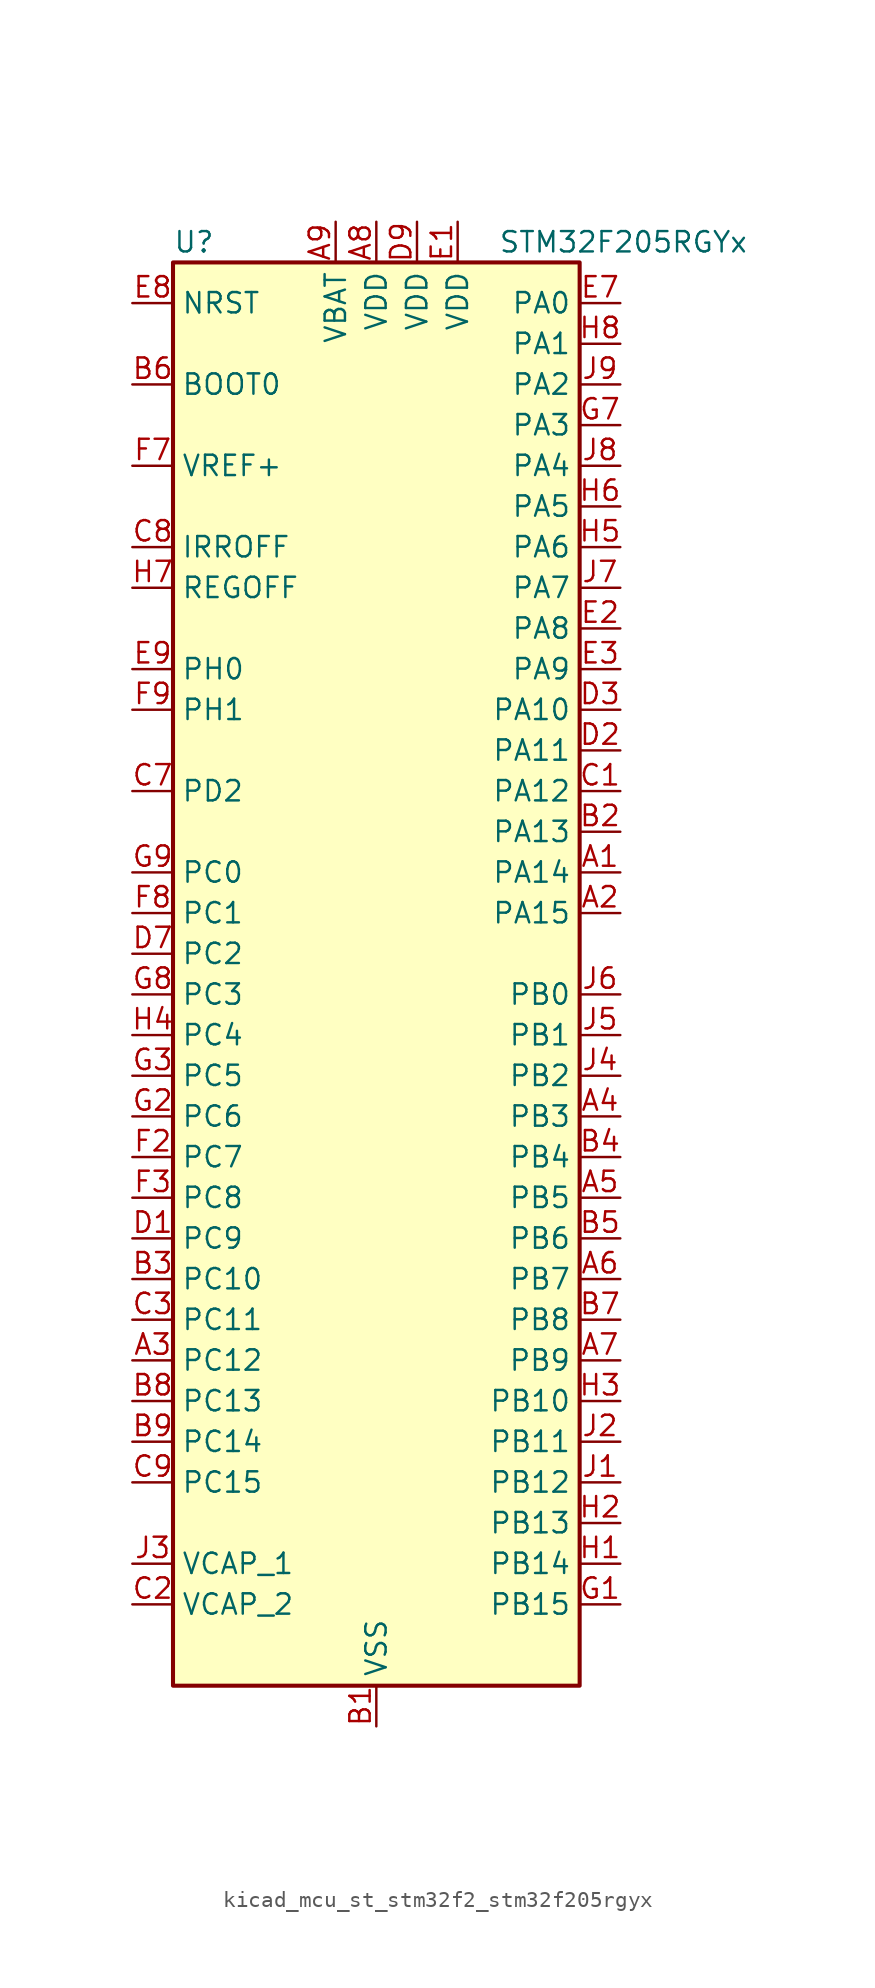
<source format=kicad_sym>
(kicad_symbol_lib
  (version 20220914)
  (generator kicad_symbol_editor)
  (symbol "kicad_mcu_st_stm32f2_stm32f205rgyx"
    (property "Reference" "U"
      (at -12.7 46.99 0)
      (effects (font (size 1.27 1.27)) (justify left)))
    (property "Value" "STM32F205RGYx"
      (at 7.62 46.99 0)
      (effects (font (size 1.27 1.27)) (justify left)))
    (property "ki_locked" ""
      (at 0 0 0)
      (effects (font (size 1.27 1.27))))
    (symbol "kicad_mcu_st_stm32f2_stm32f205rgyx_0_1"
      (rectangle (start -12.7 -43.18) (end 12.7 45.72) (stroke (width 0.254) (type default)) (fill (type background))))
    (symbol "kicad_mcu_st_stm32f2_stm32f205rgyx_1_1"
      (pin bidirectional line (at 15.24 7.62 180) (length 2.54) (name "PA14" (effects (font (size 1.27 1.27)))) (number "A1" (effects (font (size 1.27 1.27)))) (alternate "SYS_JTCK-SWCLK" bidirectional line))
      (pin bidirectional line (at 15.24 5.08 180) (length 2.54) (name "PA15" (effects (font (size 1.27 1.27)))) (number "A2" (effects (font (size 1.27 1.27)))) (alternate "ADC1_EXTI15" bidirectional line) (alternate "ADC2_EXTI15" bidirectional line) (alternate "ADC3_EXTI15" bidirectional line) (alternate "I2S3_WS" bidirectional line) (alternate "SPI1_NSS" bidirectional line) (alternate "SPI3_NSS" bidirectional line) (alternate "SYS_JTDI" bidirectional line) (alternate "TIM2_CH1" bidirectional line) (alternate "TIM2_ETR" bidirectional line))
      (pin bidirectional line (at -15.24 -22.86 0) (length 2.54) (name "PC12" (effects (font (size 1.27 1.27)))) (number "A3" (effects (font (size 1.27 1.27)))) (alternate "I2S3_SD" bidirectional line) (alternate "SDIO_CK" bidirectional line) (alternate "SPI3_MOSI" bidirectional line) (alternate "UART5_TX" bidirectional line) (alternate "USART3_CK" bidirectional line))
      (pin bidirectional line (at 15.24 -7.62 180) (length 2.54) (name "PB3" (effects (font (size 1.27 1.27)))) (number "A4" (effects (font (size 1.27 1.27)))) (alternate "I2S3_SCK" bidirectional line) (alternate "SPI1_SCK" bidirectional line) (alternate "SPI3_SCK" bidirectional line) (alternate "SYS_JTDO-SWO" bidirectional line) (alternate "TIM2_CH2" bidirectional line))
      (pin bidirectional line (at 15.24 -12.7 180) (length 2.54) (name "PB5" (effects (font (size 1.27 1.27)))) (number "A5" (effects (font (size 1.27 1.27)))) (alternate "CAN2_RX" bidirectional line) (alternate "I2C1_SMBA" bidirectional line) (alternate "I2S3_SD" bidirectional line) (alternate "SPI1_MOSI" bidirectional line) (alternate "SPI3_MOSI" bidirectional line) (alternate "TIM3_CH2" bidirectional line) (alternate "USB_OTG_HS_ULPI_D7" bidirectional line))
      (pin bidirectional line (at 15.24 -17.78 180) (length 2.54) (name "PB7" (effects (font (size 1.27 1.27)))) (number "A6" (effects (font (size 1.27 1.27)))) (alternate "I2C1_SDA" bidirectional line) (alternate "TIM4_CH2" bidirectional line) (alternate "USART1_RX" bidirectional line))
      (pin bidirectional line (at 15.24 -22.86 180) (length 2.54) (name "PB9" (effects (font (size 1.27 1.27)))) (number "A7" (effects (font (size 1.27 1.27)))) (alternate "CAN1_TX" bidirectional line) (alternate "DAC_EXTI9" bidirectional line) (alternate "I2C1_SDA" bidirectional line) (alternate "I2S2_WS" bidirectional line) (alternate "SDIO_D5" bidirectional line) (alternate "SPI2_NSS" bidirectional line) (alternate "TIM11_CH1" bidirectional line) (alternate "TIM4_CH4" bidirectional line))
      (pin power_in line (at 0 48.26 270) (length 2.54) (name "VDD" (effects (font (size 1.27 1.27)))) (number "A8" (effects (font (size 1.27 1.27)))))
      (pin power_in line (at -2.54 48.26 270) (length 2.54) (name "VBAT" (effects (font (size 1.27 1.27)))) (number "A9" (effects (font (size 1.27 1.27)))))
      (pin power_in line (at 0 -45.72 90) (length 2.54) (name "VSS" (effects (font (size 1.27 1.27)))) (number "B1" (effects (font (size 1.27 1.27)))))
      (pin bidirectional line (at 15.24 10.16 180) (length 2.54) (name "PA13" (effects (font (size 1.27 1.27)))) (number "B2" (effects (font (size 1.27 1.27)))) (alternate "SYS_JTMS-SWDIO" bidirectional line))
      (pin bidirectional line (at -15.24 -17.78 0) (length 2.54) (name "PC10" (effects (font (size 1.27 1.27)))) (number "B3" (effects (font (size 1.27 1.27)))) (alternate "I2S3_SCK" bidirectional line) (alternate "SDIO_D2" bidirectional line) (alternate "SPI3_SCK" bidirectional line) (alternate "UART4_TX" bidirectional line) (alternate "USART3_TX" bidirectional line))
      (pin bidirectional line (at 15.24 -10.16 180) (length 2.54) (name "PB4" (effects (font (size 1.27 1.27)))) (number "B4" (effects (font (size 1.27 1.27)))) (alternate "SPI1_MISO" bidirectional line) (alternate "SPI3_MISO" bidirectional line) (alternate "SYS_JTRST" bidirectional line) (alternate "TIM3_CH1" bidirectional line))
      (pin bidirectional line (at 15.24 -15.24 180) (length 2.54) (name "PB6" (effects (font (size 1.27 1.27)))) (number "B5" (effects (font (size 1.27 1.27)))) (alternate "CAN2_TX" bidirectional line) (alternate "I2C1_SCL" bidirectional line) (alternate "TIM4_CH1" bidirectional line) (alternate "USART1_TX" bidirectional line))
      (pin input line (at -15.24 38.1 0) (length 2.54) (name "BOOT0" (effects (font (size 1.27 1.27)))) (number "B6" (effects (font (size 1.27 1.27)))))
      (pin bidirectional line (at 15.24 -20.32 180) (length 2.54) (name "PB8" (effects (font (size 1.27 1.27)))) (number "B7" (effects (font (size 1.27 1.27)))) (alternate "CAN1_RX" bidirectional line) (alternate "I2C1_SCL" bidirectional line) (alternate "SDIO_D4" bidirectional line) (alternate "TIM10_CH1" bidirectional line) (alternate "TIM4_CH3" bidirectional line))
      (pin bidirectional line (at -15.24 -25.4 0) (length 2.54) (name "PC13" (effects (font (size 1.27 1.27)))) (number "B8" (effects (font (size 1.27 1.27)))) (alternate "RTC_AF1" bidirectional line))
      (pin bidirectional line (at -15.24 -27.94 0) (length 2.54) (name "PC14" (effects (font (size 1.27 1.27)))) (number "B9" (effects (font (size 1.27 1.27)))) (alternate "RCC_OSC32_IN" bidirectional line))
      (pin bidirectional line (at 15.24 12.7 180) (length 2.54) (name "PA12" (effects (font (size 1.27 1.27)))) (number "C1" (effects (font (size 1.27 1.27)))) (alternate "CAN1_TX" bidirectional line) (alternate "TIM1_ETR" bidirectional line) (alternate "USART1_RTS" bidirectional line) (alternate "USB_OTG_FS_DP" bidirectional line))
      (pin power_out line (at -15.24 -38.1 0) (length 2.54) (name "VCAP_2" (effects (font (size 1.27 1.27)))) (number "C2" (effects (font (size 1.27 1.27)))))
      (pin bidirectional line (at -15.24 -20.32 0) (length 2.54) (name "PC11" (effects (font (size 1.27 1.27)))) (number "C3" (effects (font (size 1.27 1.27)))) (alternate "ADC1_EXTI11" bidirectional line) (alternate "ADC2_EXTI11" bidirectional line) (alternate "ADC3_EXTI11" bidirectional line) (alternate "SDIO_D3" bidirectional line) (alternate "SPI3_MISO" bidirectional line) (alternate "UART4_RX" bidirectional line) (alternate "USART3_RX" bidirectional line))
      (pin bidirectional line (at -15.24 12.7 0) (length 2.54) (name "PD2" (effects (font (size 1.27 1.27)))) (number "C7" (effects (font (size 1.27 1.27)))) (alternate "SDIO_CMD" bidirectional line) (alternate "TIM3_ETR" bidirectional line) (alternate "UART5_RX" bidirectional line))
      (pin input line (at -15.24 27.94 0) (length 2.54) (name "IRROFF" (effects (font (size 1.27 1.27)))) (number "C8" (effects (font (size 1.27 1.27)))))
      (pin bidirectional line (at -15.24 -30.48 0) (length 2.54) (name "PC15" (effects (font (size 1.27 1.27)))) (number "C9" (effects (font (size 1.27 1.27)))) (alternate "ADC1_EXTI15" bidirectional line) (alternate "ADC2_EXTI15" bidirectional line) (alternate "ADC3_EXTI15" bidirectional line) (alternate "RCC_OSC32_OUT" bidirectional line))
      (pin bidirectional line (at -15.24 -15.24 0) (length 2.54) (name "PC9" (effects (font (size 1.27 1.27)))) (number "D1" (effects (font (size 1.27 1.27)))) (alternate "DAC_EXTI9" bidirectional line) (alternate "I2C3_SDA" bidirectional line) (alternate "I2S_CKIN" bidirectional line) (alternate "RCC_MCO_2" bidirectional line) (alternate "SDIO_D1" bidirectional line) (alternate "TIM3_CH4" bidirectional line) (alternate "TIM8_CH4" bidirectional line))
      (pin bidirectional line (at 15.24 15.24 180) (length 2.54) (name "PA11" (effects (font (size 1.27 1.27)))) (number "D2" (effects (font (size 1.27 1.27)))) (alternate "ADC1_EXTI11" bidirectional line) (alternate "ADC2_EXTI11" bidirectional line) (alternate "ADC3_EXTI11" bidirectional line) (alternate "CAN1_RX" bidirectional line) (alternate "TIM1_CH4" bidirectional line) (alternate "USART1_CTS" bidirectional line) (alternate "USB_OTG_FS_DM" bidirectional line))
      (pin bidirectional line (at 15.24 17.78 180) (length 2.54) (name "PA10" (effects (font (size 1.27 1.27)))) (number "D3" (effects (font (size 1.27 1.27)))) (alternate "TIM1_CH3" bidirectional line) (alternate "USART1_RX" bidirectional line) (alternate "USB_OTG_FS_ID" bidirectional line))
      (pin bidirectional line (at -15.24 2.54 0) (length 2.54) (name "PC2" (effects (font (size 1.27 1.27)))) (number "D7" (effects (font (size 1.27 1.27)))) (alternate "ADC1_IN12" bidirectional line) (alternate "ADC2_IN12" bidirectional line) (alternate "ADC3_IN12" bidirectional line) (alternate "SPI2_MISO" bidirectional line) (alternate "USB_OTG_HS_ULPI_DIR" bidirectional line))
      (pin passive line (at 0 -45.72 90) (length 2.54) hide (name "VSS" (effects (font (size 1.27 1.27)))) (number "D8" (effects (font (size 1.27 1.27)))))
      (pin power_in line (at 2.54 48.26 270) (length 2.54) (name "VDD" (effects (font (size 1.27 1.27)))) (number "D9" (effects (font (size 1.27 1.27)))))
      (pin power_in line (at 5.08 48.26 270) (length 2.54) (name "VDD" (effects (font (size 1.27 1.27)))) (number "E1" (effects (font (size 1.27 1.27)))))
      (pin bidirectional line (at 15.24 22.86 180) (length 2.54) (name "PA8" (effects (font (size 1.27 1.27)))) (number "E2" (effects (font (size 1.27 1.27)))) (alternate "I2C3_SCL" bidirectional line) (alternate "RCC_MCO_1" bidirectional line) (alternate "TIM1_CH1" bidirectional line) (alternate "USART1_CK" bidirectional line) (alternate "USB_OTG_FS_SOF" bidirectional line))
      (pin bidirectional line (at 15.24 20.32 180) (length 2.54) (name "PA9" (effects (font (size 1.27 1.27)))) (number "E3" (effects (font (size 1.27 1.27)))) (alternate "DAC_EXTI9" bidirectional line) (alternate "I2C3_SMBA" bidirectional line) (alternate "TIM1_CH2" bidirectional line) (alternate "USART1_TX" bidirectional line) (alternate "USB_OTG_FS_VBUS" bidirectional line))
      (pin bidirectional line (at 15.24 43.18 180) (length 2.54) (name "PA0" (effects (font (size 1.27 1.27)))) (number "E7" (effects (font (size 1.27 1.27)))) (alternate "ADC1_IN0" bidirectional line) (alternate "ADC2_IN0" bidirectional line) (alternate "ADC3_IN0" bidirectional line) (alternate "SYS_WKUP" bidirectional line) (alternate "TIM2_CH1" bidirectional line) (alternate "TIM2_ETR" bidirectional line) (alternate "TIM5_CH1" bidirectional line) (alternate "TIM8_ETR" bidirectional line) (alternate "UART4_TX" bidirectional line) (alternate "USART2_CTS" bidirectional line))
      (pin input line (at -15.24 43.18 0) (length 2.54) (name "NRST" (effects (font (size 1.27 1.27)))) (number "E8" (effects (font (size 1.27 1.27)))))
      (pin bidirectional line (at -15.24 20.32 0) (length 2.54) (name "PH0" (effects (font (size 1.27 1.27)))) (number "E9" (effects (font (size 1.27 1.27)))) (alternate "RCC_OSC_IN" bidirectional line))
      (pin passive line (at 0 -45.72 90) (length 2.54) hide (name "VSS" (effects (font (size 1.27 1.27)))) (number "F1" (effects (font (size 1.27 1.27)))))
      (pin bidirectional line (at -15.24 -10.16 0) (length 2.54) (name "PC7" (effects (font (size 1.27 1.27)))) (number "F2" (effects (font (size 1.27 1.27)))) (alternate "I2S3_MCK" bidirectional line) (alternate "SDIO_D7" bidirectional line) (alternate "TIM3_CH2" bidirectional line) (alternate "TIM8_CH2" bidirectional line) (alternate "USART6_RX" bidirectional line))
      (pin bidirectional line (at -15.24 -12.7 0) (length 2.54) (name "PC8" (effects (font (size 1.27 1.27)))) (number "F3" (effects (font (size 1.27 1.27)))) (alternate "SDIO_D0" bidirectional line) (alternate "TIM3_CH3" bidirectional line) (alternate "TIM8_CH3" bidirectional line) (alternate "USART6_CK" bidirectional line))
      (pin input line (at -15.24 33.02 0) (length 2.54) (name "VREF+" (effects (font (size 1.27 1.27)))) (number "F7" (effects (font (size 1.27 1.27)))))
      (pin bidirectional line (at -15.24 5.08 0) (length 2.54) (name "PC1" (effects (font (size 1.27 1.27)))) (number "F8" (effects (font (size 1.27 1.27)))) (alternate "ADC1_IN11" bidirectional line) (alternate "ADC2_IN11" bidirectional line) (alternate "ADC3_IN11" bidirectional line))
      (pin bidirectional line (at -15.24 17.78 0) (length 2.54) (name "PH1" (effects (font (size 1.27 1.27)))) (number "F9" (effects (font (size 1.27 1.27)))) (alternate "RCC_OSC_OUT" bidirectional line))
      (pin bidirectional line (at 15.24 -38.1 180) (length 2.54) (name "PB15" (effects (font (size 1.27 1.27)))) (number "G1" (effects (font (size 1.27 1.27)))) (alternate "ADC1_EXTI15" bidirectional line) (alternate "ADC2_EXTI15" bidirectional line) (alternate "ADC3_EXTI15" bidirectional line) (alternate "I2S2_SD" bidirectional line) (alternate "RTC_REFIN" bidirectional line) (alternate "SPI2_MOSI" bidirectional line) (alternate "TIM12_CH2" bidirectional line) (alternate "TIM1_CH3N" bidirectional line) (alternate "TIM8_CH3N" bidirectional line) (alternate "USB_OTG_HS_DP" bidirectional line))
      (pin bidirectional line (at -15.24 -7.62 0) (length 2.54) (name "PC6" (effects (font (size 1.27 1.27)))) (number "G2" (effects (font (size 1.27 1.27)))) (alternate "I2S2_MCK" bidirectional line) (alternate "SDIO_D6" bidirectional line) (alternate "TIM3_CH1" bidirectional line) (alternate "TIM8_CH1" bidirectional line) (alternate "USART6_TX" bidirectional line))
      (pin bidirectional line (at -15.24 -5.08 0) (length 2.54) (name "PC5" (effects (font (size 1.27 1.27)))) (number "G3" (effects (font (size 1.27 1.27)))) (alternate "ADC1_IN15" bidirectional line) (alternate "ADC2_IN15" bidirectional line))
      (pin bidirectional line (at 15.24 35.56 180) (length 2.54) (name "PA3" (effects (font (size 1.27 1.27)))) (number "G7" (effects (font (size 1.27 1.27)))) (alternate "ADC1_IN3" bidirectional line) (alternate "ADC2_IN3" bidirectional line) (alternate "ADC3_IN3" bidirectional line) (alternate "TIM2_CH4" bidirectional line) (alternate "TIM5_CH4" bidirectional line) (alternate "TIM9_CH2" bidirectional line) (alternate "USART2_RX" bidirectional line) (alternate "USB_OTG_HS_ULPI_D0" bidirectional line))
      (pin bidirectional line (at -15.24 0 0) (length 2.54) (name "PC3" (effects (font (size 1.27 1.27)))) (number "G8" (effects (font (size 1.27 1.27)))) (alternate "ADC1_IN13" bidirectional line) (alternate "ADC2_IN13" bidirectional line) (alternate "ADC3_IN13" bidirectional line) (alternate "I2S2_SD" bidirectional line) (alternate "SPI2_MOSI" bidirectional line) (alternate "USB_OTG_HS_ULPI_NXT" bidirectional line))
      (pin bidirectional line (at -15.24 7.62 0) (length 2.54) (name "PC0" (effects (font (size 1.27 1.27)))) (number "G9" (effects (font (size 1.27 1.27)))) (alternate "ADC1_IN10" bidirectional line) (alternate "ADC2_IN10" bidirectional line) (alternate "ADC3_IN10" bidirectional line) (alternate "USB_OTG_HS_ULPI_STP" bidirectional line))
      (pin bidirectional line (at 15.24 -35.56 180) (length 2.54) (name "PB14" (effects (font (size 1.27 1.27)))) (number "H1" (effects (font (size 1.27 1.27)))) (alternate "SPI2_MISO" bidirectional line) (alternate "TIM12_CH1" bidirectional line) (alternate "TIM1_CH2N" bidirectional line) (alternate "TIM8_CH2N" bidirectional line) (alternate "USART3_RTS" bidirectional line) (alternate "USB_OTG_HS_DM" bidirectional line))
      (pin bidirectional line (at 15.24 -33.02 180) (length 2.54) (name "PB13" (effects (font (size 1.27 1.27)))) (number "H2" (effects (font (size 1.27 1.27)))) (alternate "CAN2_TX" bidirectional line) (alternate "I2S2_SCK" bidirectional line) (alternate "SPI2_SCK" bidirectional line) (alternate "TIM1_CH1N" bidirectional line) (alternate "USART3_CTS" bidirectional line) (alternate "USB_OTG_HS_ULPI_D6" bidirectional line) (alternate "USB_OTG_HS_VBUS" bidirectional line))
      (pin bidirectional line (at 15.24 -25.4 180) (length 2.54) (name "PB10" (effects (font (size 1.27 1.27)))) (number "H3" (effects (font (size 1.27 1.27)))) (alternate "I2C2_SCL" bidirectional line) (alternate "I2S2_SCK" bidirectional line) (alternate "SPI2_SCK" bidirectional line) (alternate "TIM2_CH3" bidirectional line) (alternate "USART3_TX" bidirectional line) (alternate "USB_OTG_HS_ULPI_D3" bidirectional line))
      (pin bidirectional line (at -15.24 -2.54 0) (length 2.54) (name "PC4" (effects (font (size 1.27 1.27)))) (number "H4" (effects (font (size 1.27 1.27)))) (alternate "ADC1_IN14" bidirectional line) (alternate "ADC2_IN14" bidirectional line))
      (pin bidirectional line (at 15.24 27.94 180) (length 2.54) (name "PA6" (effects (font (size 1.27 1.27)))) (number "H5" (effects (font (size 1.27 1.27)))) (alternate "ADC1_IN6" bidirectional line) (alternate "ADC2_IN6" bidirectional line) (alternate "SPI1_MISO" bidirectional line) (alternate "TIM13_CH1" bidirectional line) (alternate "TIM1_BKIN" bidirectional line) (alternate "TIM3_CH1" bidirectional line) (alternate "TIM8_BKIN" bidirectional line))
      (pin bidirectional line (at 15.24 30.48 180) (length 2.54) (name "PA5" (effects (font (size 1.27 1.27)))) (number "H6" (effects (font (size 1.27 1.27)))) (alternate "ADC1_IN5" bidirectional line) (alternate "ADC2_IN5" bidirectional line) (alternate "DAC_OUT2" bidirectional line) (alternate "SPI1_SCK" bidirectional line) (alternate "TIM2_CH1" bidirectional line) (alternate "TIM2_ETR" bidirectional line) (alternate "TIM8_CH1N" bidirectional line) (alternate "USB_OTG_HS_ULPI_CK" bidirectional line))
      (pin input line (at -15.24 25.4 0) (length 2.54) (name "REGOFF" (effects (font (size 1.27 1.27)))) (number "H7" (effects (font (size 1.27 1.27)))))
      (pin bidirectional line (at 15.24 40.64 180) (length 2.54) (name "PA1" (effects (font (size 1.27 1.27)))) (number "H8" (effects (font (size 1.27 1.27)))) (alternate "ADC1_IN1" bidirectional line) (alternate "ADC2_IN1" bidirectional line) (alternate "ADC3_IN1" bidirectional line) (alternate "TIM2_CH2" bidirectional line) (alternate "TIM5_CH2" bidirectional line) (alternate "UART4_RX" bidirectional line) (alternate "USART2_RTS" bidirectional line))
      (pin passive line (at 0 -45.72 90) (length 2.54) hide (name "VSS" (effects (font (size 1.27 1.27)))) (number "H9" (effects (font (size 1.27 1.27)))))
      (pin bidirectional line (at 15.24 -30.48 180) (length 2.54) (name "PB12" (effects (font (size 1.27 1.27)))) (number "J1" (effects (font (size 1.27 1.27)))) (alternate "CAN2_RX" bidirectional line) (alternate "I2C2_SMBA" bidirectional line) (alternate "I2S2_WS" bidirectional line) (alternate "SPI2_NSS" bidirectional line) (alternate "TIM1_BKIN" bidirectional line) (alternate "USART3_CK" bidirectional line) (alternate "USB_OTG_HS_ID" bidirectional line) (alternate "USB_OTG_HS_ULPI_D5" bidirectional line))
      (pin bidirectional line (at 15.24 -27.94 180) (length 2.54) (name "PB11" (effects (font (size 1.27 1.27)))) (number "J2" (effects (font (size 1.27 1.27)))) (alternate "ADC1_EXTI11" bidirectional line) (alternate "ADC2_EXTI11" bidirectional line) (alternate "ADC3_EXTI11" bidirectional line) (alternate "I2C2_SDA" bidirectional line) (alternate "TIM2_CH4" bidirectional line) (alternate "USART3_RX" bidirectional line) (alternate "USB_OTG_HS_ULPI_D4" bidirectional line))
      (pin power_out line (at -15.24 -35.56 0) (length 2.54) (name "VCAP_1" (effects (font (size 1.27 1.27)))) (number "J3" (effects (font (size 1.27 1.27)))))
      (pin bidirectional line (at 15.24 -5.08 180) (length 2.54) (name "PB2" (effects (font (size 1.27 1.27)))) (number "J4" (effects (font (size 1.27 1.27)))))
      (pin bidirectional line (at 15.24 -2.54 180) (length 2.54) (name "PB1" (effects (font (size 1.27 1.27)))) (number "J5" (effects (font (size 1.27 1.27)))) (alternate "ADC1_IN9" bidirectional line) (alternate "ADC2_IN9" bidirectional line) (alternate "TIM1_CH3N" bidirectional line) (alternate "TIM3_CH4" bidirectional line) (alternate "TIM8_CH3N" bidirectional line) (alternate "USB_OTG_HS_ULPI_D2" bidirectional line))
      (pin bidirectional line (at 15.24 0 180) (length 2.54) (name "PB0" (effects (font (size 1.27 1.27)))) (number "J6" (effects (font (size 1.27 1.27)))) (alternate "ADC1_IN8" bidirectional line) (alternate "ADC2_IN8" bidirectional line) (alternate "TIM1_CH2N" bidirectional line) (alternate "TIM3_CH3" bidirectional line) (alternate "TIM8_CH2N" bidirectional line) (alternate "USB_OTG_HS_ULPI_D1" bidirectional line))
      (pin bidirectional line (at 15.24 25.4 180) (length 2.54) (name "PA7" (effects (font (size 1.27 1.27)))) (number "J7" (effects (font (size 1.27 1.27)))) (alternate "ADC1_IN7" bidirectional line) (alternate "ADC2_IN7" bidirectional line) (alternate "SPI1_MOSI" bidirectional line) (alternate "TIM14_CH1" bidirectional line) (alternate "TIM1_CH1N" bidirectional line) (alternate "TIM3_CH2" bidirectional line) (alternate "TIM8_CH1N" bidirectional line))
      (pin bidirectional line (at 15.24 33.02 180) (length 2.54) (name "PA4" (effects (font (size 1.27 1.27)))) (number "J8" (effects (font (size 1.27 1.27)))) (alternate "ADC1_IN4" bidirectional line) (alternate "ADC2_IN4" bidirectional line) (alternate "DAC_OUT1" bidirectional line) (alternate "I2S3_WS" bidirectional line) (alternate "SPI1_NSS" bidirectional line) (alternate "SPI3_NSS" bidirectional line) (alternate "USART2_CK" bidirectional line) (alternate "USB_OTG_HS_SOF" bidirectional line))
      (pin bidirectional line (at 15.24 38.1 180) (length 2.54) (name "PA2" (effects (font (size 1.27 1.27)))) (number "J9" (effects (font (size 1.27 1.27)))) (alternate "ADC1_IN2" bidirectional line) (alternate "ADC2_IN2" bidirectional line) (alternate "ADC3_IN2" bidirectional line) (alternate "TIM2_CH3" bidirectional line) (alternate "TIM5_CH3" bidirectional line) (alternate "TIM9_CH1" bidirectional line) (alternate "USART2_TX" bidirectional line)))))
</source>
